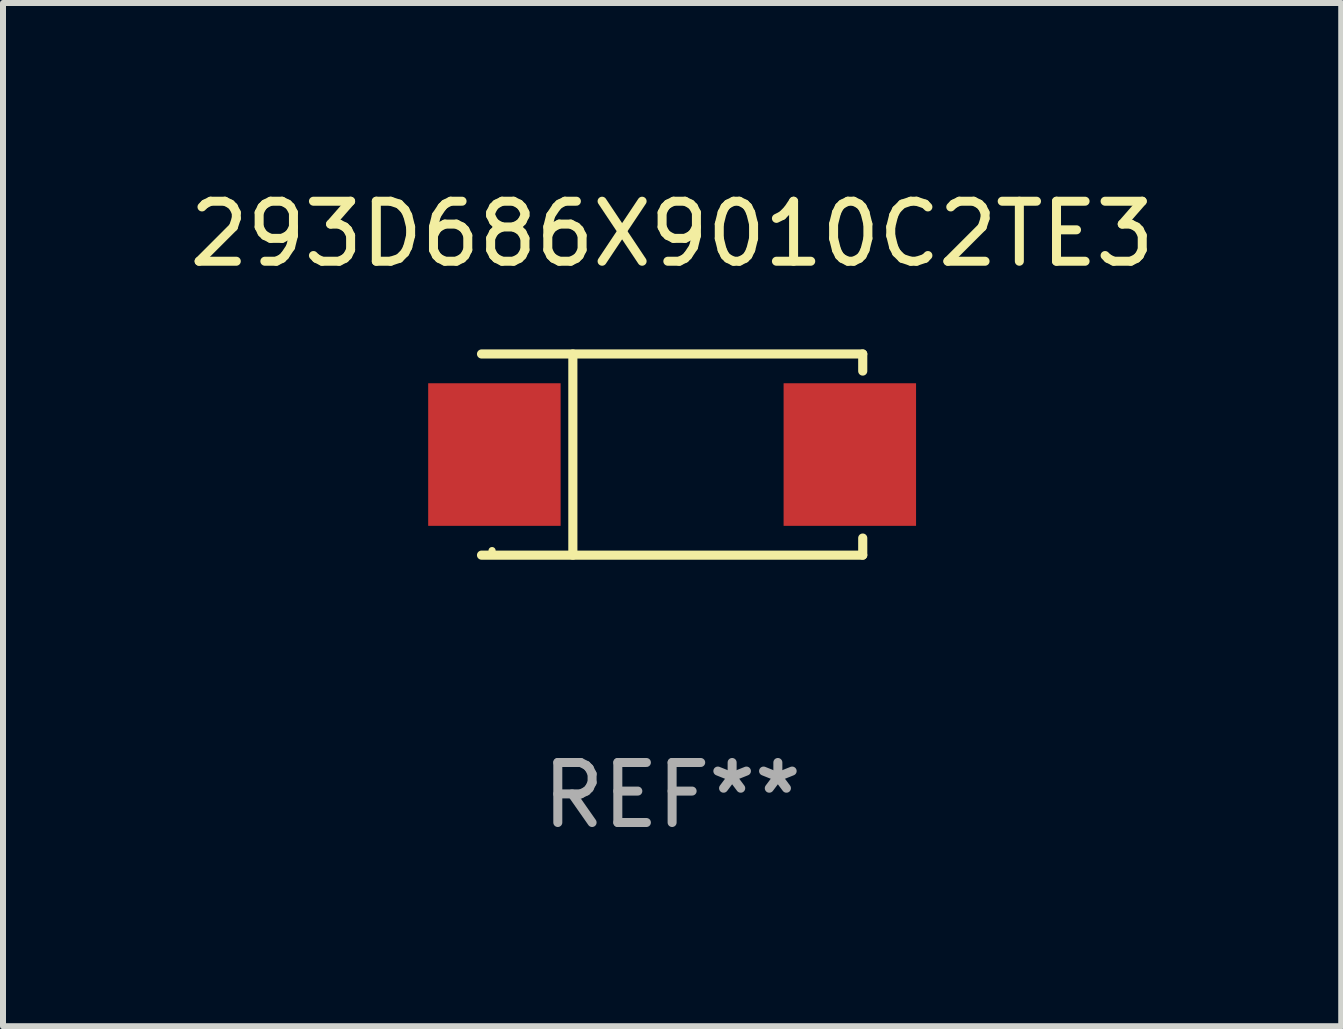
<source format=kicad_pcb>
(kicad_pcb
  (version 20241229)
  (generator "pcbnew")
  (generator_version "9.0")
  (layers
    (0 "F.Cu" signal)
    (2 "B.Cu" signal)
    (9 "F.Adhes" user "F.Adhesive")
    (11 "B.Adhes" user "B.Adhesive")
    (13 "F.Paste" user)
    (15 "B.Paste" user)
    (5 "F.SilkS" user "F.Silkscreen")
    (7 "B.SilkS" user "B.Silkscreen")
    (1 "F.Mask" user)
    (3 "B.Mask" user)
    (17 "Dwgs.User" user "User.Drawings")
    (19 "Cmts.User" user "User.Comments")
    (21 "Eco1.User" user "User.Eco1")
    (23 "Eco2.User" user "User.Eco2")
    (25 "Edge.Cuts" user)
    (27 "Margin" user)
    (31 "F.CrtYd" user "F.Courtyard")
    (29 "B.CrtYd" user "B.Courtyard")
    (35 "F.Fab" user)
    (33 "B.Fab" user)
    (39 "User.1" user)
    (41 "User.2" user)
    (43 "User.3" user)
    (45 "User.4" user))
  (footprint "293D686X9010C2TE3"
    (layer "F.Cu")
    (at 8.149 4.524)
    (property "Reference" "293D686X9010C2TE3" (at 0 -3.676 0) (layer "F.SilkS") (effects (font (size 1 1) (thickness 0.15))))
    (attr through_hole)
    (fp_line (start -1.654 1.676) (end -1.654 -1.676) (stroke (width 0.152) (type solid)) (layer "F.SilkS"))
    (fp_line (start 3.176 -1.676) (end -3.176 -1.676) (stroke (width 0.152) (type solid)) (layer "F.SilkS"))
    (fp_line (start 3.176 -1.676) (end 3.176 -1.391) (stroke (width 0.152) (type solid)) (layer "F.SilkS"))
    (fp_line (start 3.176 1.676) (end -3.176 1.676) (stroke (width 0.152) (type solid)) (layer "F.SilkS"))
    (fp_line (start 3.176 1.676) (end 3.176 1.391) (stroke (width 0.152) (type solid)) (layer "F.SilkS"))
    (fp_circle (center -3 1.6) (end -2.97 1.6) (stroke (width 0.06) (type solid)) (fill no) (layer "F.SilkS"))
    (fp_text user "REF**" (at 0 5.676 0) (layer "F.Fab") (effects (font (size 1 1) (thickness 0.15))))
    (pad "1" smd rect (at -2.961 -0.000051 180) (size 2.207 2.376) (layers "F.Cu" "F.Mask" "F.Paste"))
    (pad "2" smd rect (at 2.961 -0.000051 180) (size 2.207 2.376) (layers "F.Cu" "F.Mask" "F.Paste")))
  (gr_rect
    (start -3 -3)
    (end 19.298 14.049)
    (stroke (width 0.1) (type default))
    (fill no)
    (layer "Edge.Cuts")))
</source>
